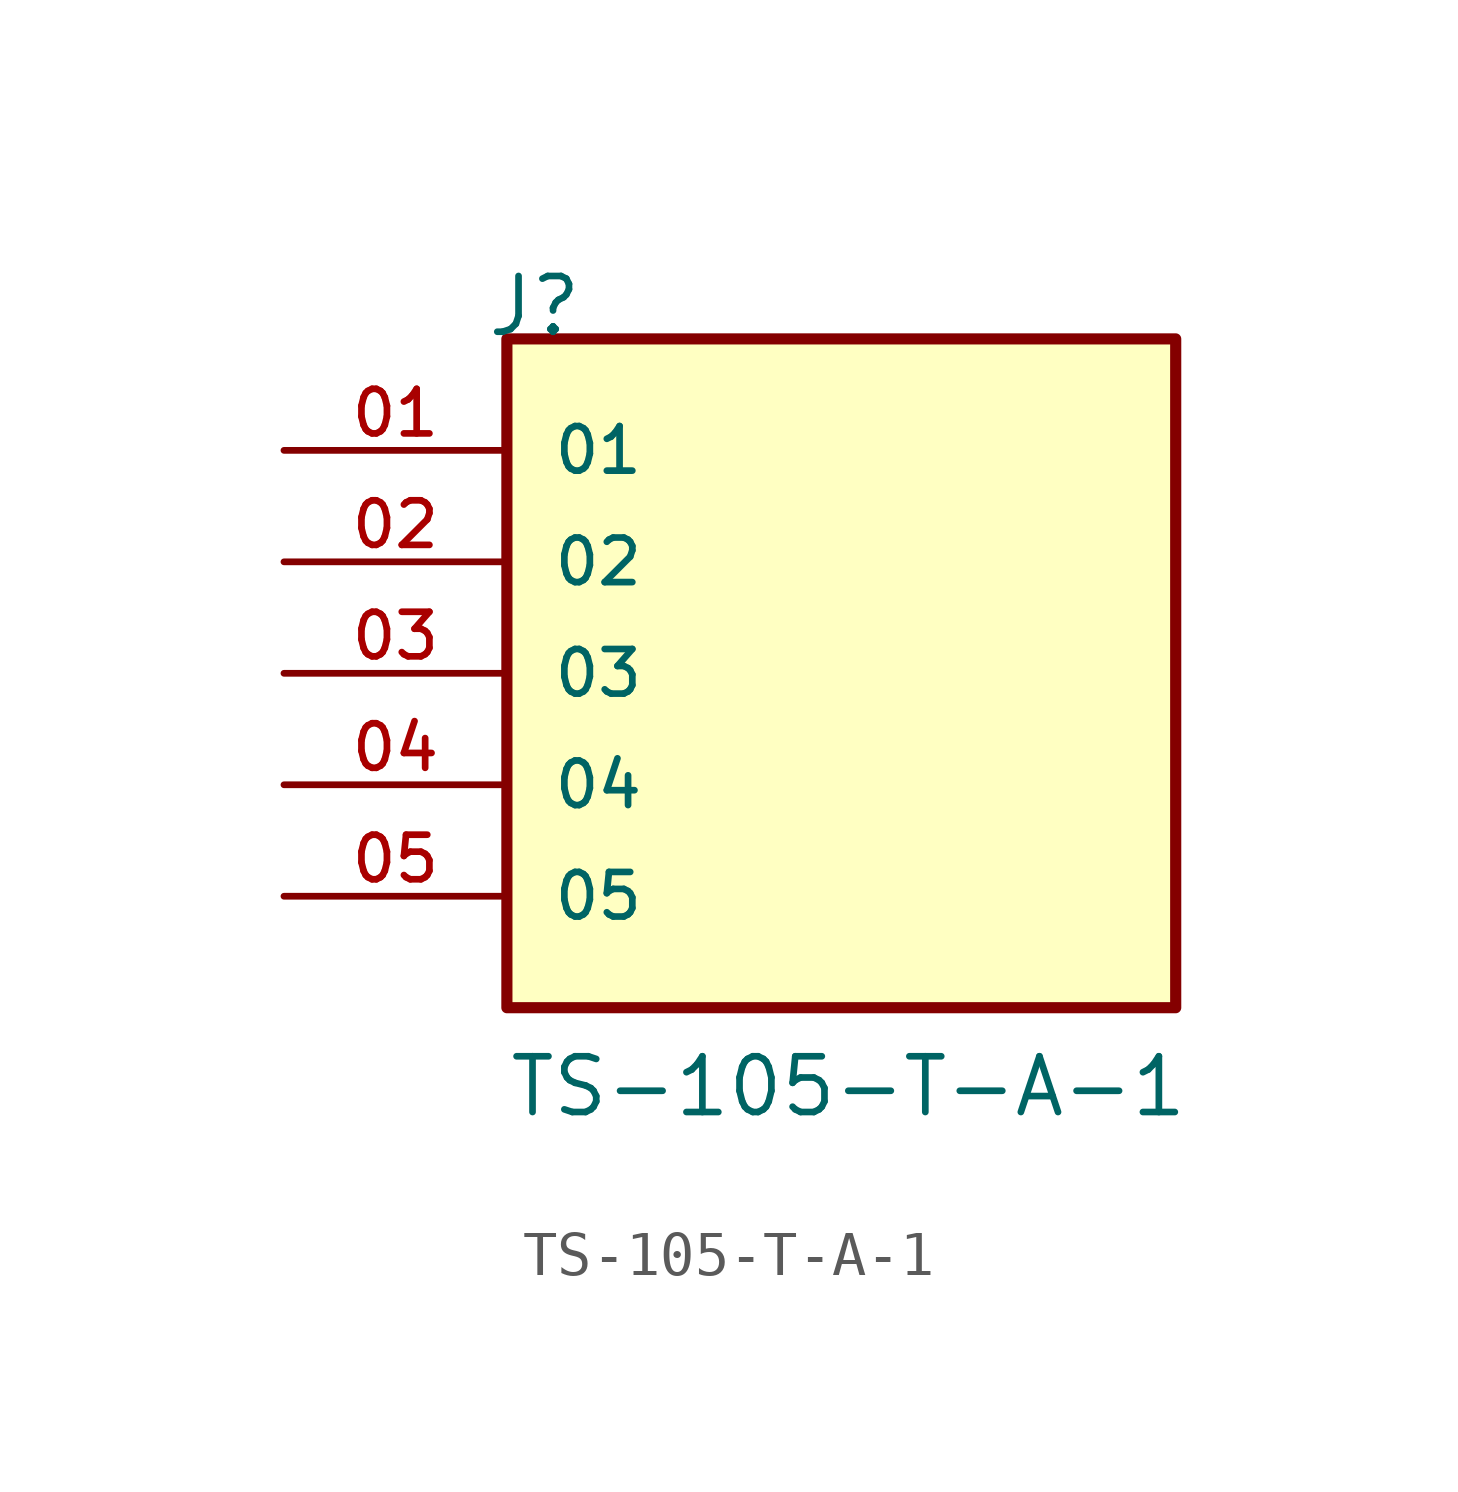
<source format=kicad_sym>
(kicad_symbol_lib
  (version 20211014)
  (generator kicad_symbol_editor)
  (symbol "TS-105-T-A-1"
    (pin_names
      (offset 1.016))
    (property "Reference" "J"
      (at -8.12 7.62 0)
      (effects (font (size 1.27 1.27)) (justify bottom left)))
    (property "Value" "TS-105-T-A-1"
      (at -7.62 -10.16 0)
      (effects (font (size 1.27 1.27)) (justify bottom left)))
    (symbol "TS-105-T-A-1_0_0"
      (rectangle (start -7.62 -7.62) (end 7.62 7.62) (stroke (width 0.254)) (fill (type background)))
      (pin passive line (at -12.7 5.08 0) (length 5.08) (name "01" (effects (font (size 1.016 1.016)))) (number "01" (effects (font (size 1.016 1.016)))))
      (pin passive line (at -12.7 2.54 0) (length 5.08) (name "02" (effects (font (size 1.016 1.016)))) (number "02" (effects (font (size 1.016 1.016)))))
      (pin passive line (at -12.7 0.0 0) (length 5.08) (name "03" (effects (font (size 1.016 1.016)))) (number "03" (effects (font (size 1.016 1.016)))))
      (pin passive line (at -12.7 -2.54 0) (length 5.08) (name "04" (effects (font (size 1.016 1.016)))) (number "04" (effects (font (size 1.016 1.016)))))
      (pin passive line (at -12.7 -5.08 0) (length 5.08) (name "05" (effects (font (size 1.016 1.016)))) (number "05" (effects (font (size 1.016 1.016))))))))
</source>
